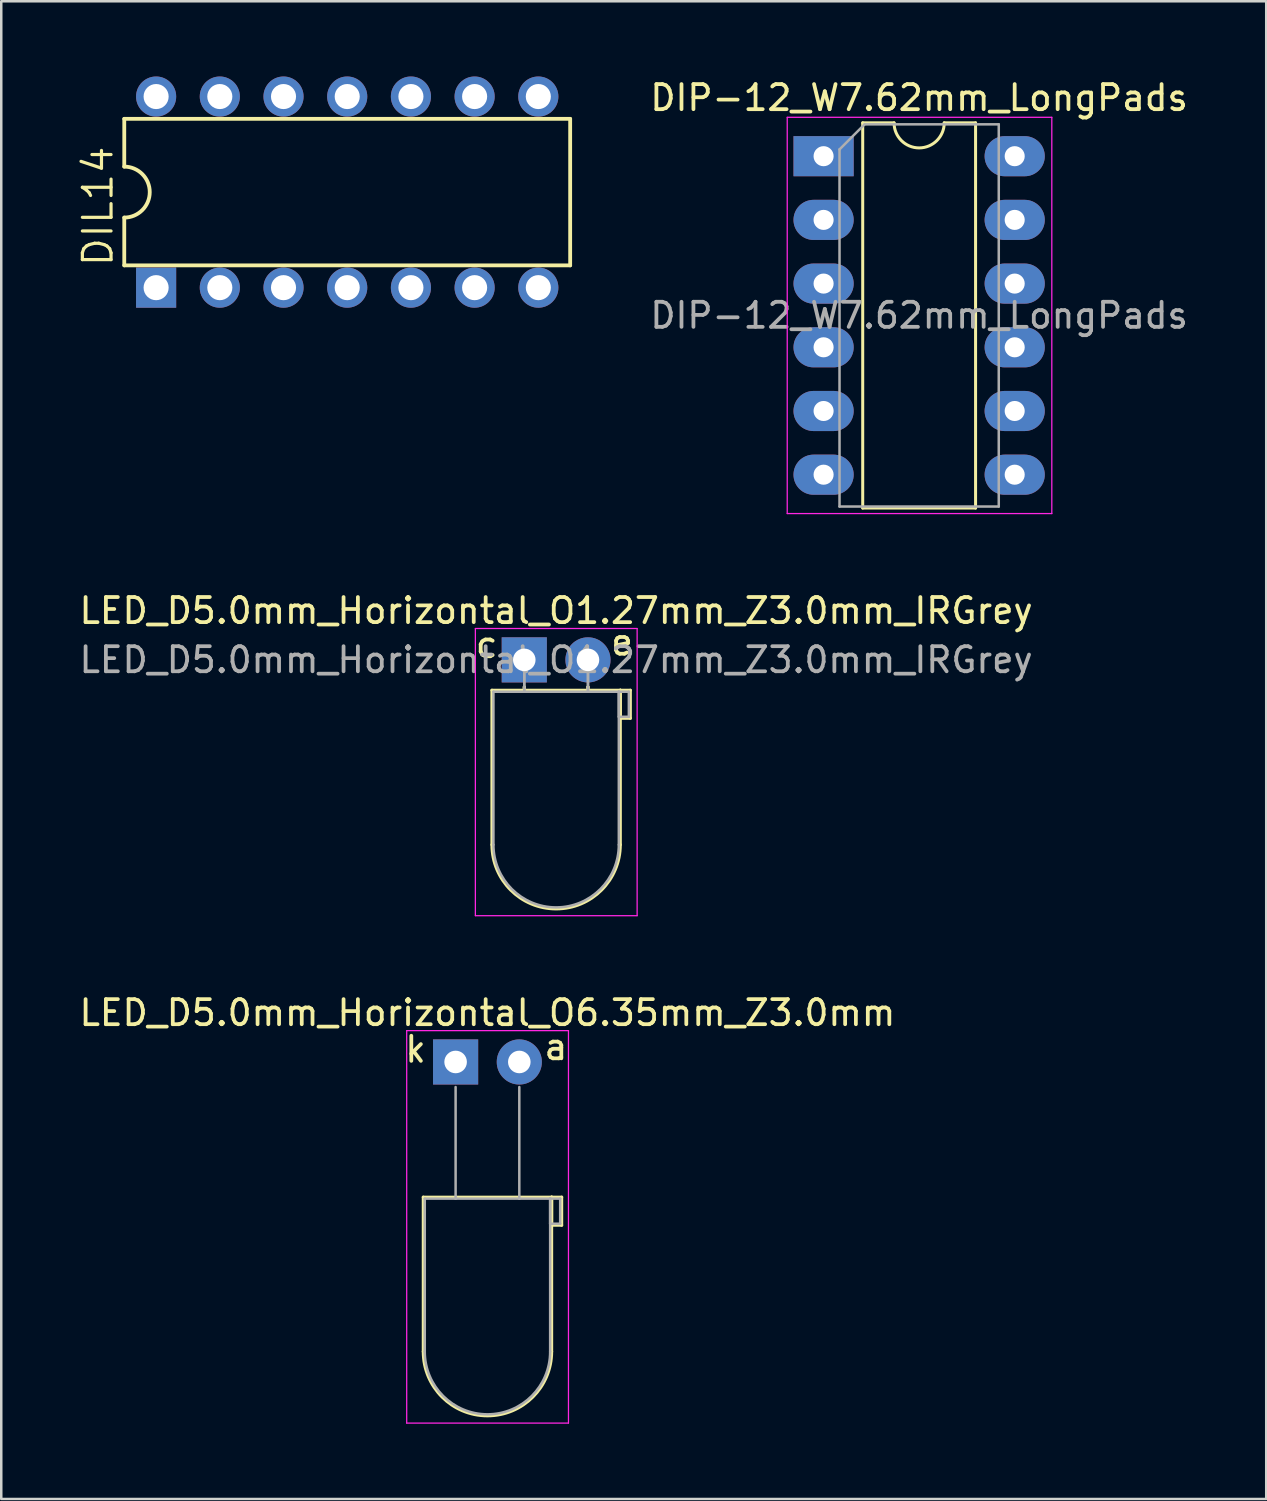
<source format=kicad_pcb>
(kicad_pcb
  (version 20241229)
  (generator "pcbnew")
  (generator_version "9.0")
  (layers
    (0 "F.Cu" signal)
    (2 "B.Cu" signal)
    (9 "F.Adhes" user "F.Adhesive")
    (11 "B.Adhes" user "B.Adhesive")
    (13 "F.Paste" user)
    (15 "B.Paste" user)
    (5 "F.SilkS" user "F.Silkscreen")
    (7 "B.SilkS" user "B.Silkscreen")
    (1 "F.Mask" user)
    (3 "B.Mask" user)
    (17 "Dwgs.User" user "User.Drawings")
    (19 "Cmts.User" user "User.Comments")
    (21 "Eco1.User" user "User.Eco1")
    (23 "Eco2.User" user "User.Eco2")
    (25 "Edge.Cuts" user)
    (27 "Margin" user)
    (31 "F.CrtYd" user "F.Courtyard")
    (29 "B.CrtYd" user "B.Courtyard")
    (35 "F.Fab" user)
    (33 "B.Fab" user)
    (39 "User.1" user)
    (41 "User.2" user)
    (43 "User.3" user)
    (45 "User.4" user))
  (footprint "LED_D5.0mm_Horizontal_O6.35mm_Z3.0mm"
    (layer "F.Cu")
    (at 15.117 39.295)
    (property "Reference" "LED_D5.0mm_Horizontal_O6.35mm_Z3.0mm" (at 1.27 -1.96 0) (layer "F.SilkS") (effects (font (size 1 1) (thickness 0.15))))
    (attr through_hole)
    (fp_line (start -1.29 5.39) (end -1.29 11.55) (stroke (width 0.12) (type solid)) (layer "F.SilkS"))
    (fp_line (start -1.29 5.39) (end 3.83 5.39) (stroke (width 0.12) (type solid)) (layer "F.SilkS"))
    (fp_line (start 0 5.39) (end 0 5.39) (stroke (width 0.12) (type solid)) (layer "F.SilkS"))
    (fp_line (start 2.54 5.39) (end 2.54 5.39) (stroke (width 0.12) (type solid)) (layer "F.SilkS"))
    (fp_line (start 3.83 5.39) (end 3.83 11.55) (stroke (width 0.12) (type solid)) (layer "F.SilkS"))
    (fp_line (start 3.83 5.39) (end 4.23 5.39) (stroke (width 0.12) (type solid)) (layer "F.SilkS"))
    (fp_line (start 3.83 6.51) (end 3.83 5.39) (stroke (width 0.12) (type solid)) (layer "F.SilkS"))
    (fp_line (start 4.23 5.39) (end 4.23 6.51) (stroke (width 0.12) (type solid)) (layer "F.SilkS"))
    (fp_line (start 4.23 6.51) (end 3.83 6.51) (stroke (width 0.12) (type solid)) (layer "F.SilkS"))
    (fp_arc (start 3.83 11.55) (mid 1.27 14.11) (end -1.29 11.55) (stroke (width 0.12) (type solid)) (layer "F.SilkS"))
    (fp_line (start -1.95 -1.25) (end -1.95 14.4) (stroke (width 0.05) (type solid)) (layer "F.CrtYd"))
    (fp_line (start -1.95 14.4) (end 4.5 14.4) (stroke (width 0.05) (type solid)) (layer "F.CrtYd"))
    (fp_line (start 4.5 -1.25) (end -1.95 -1.25) (stroke (width 0.05) (type solid)) (layer "F.CrtYd"))
    (fp_line (start 4.5 14.4) (end 4.5 -1.25) (stroke (width 0.05) (type solid)) (layer "F.CrtYd"))
    (fp_line (start -1.23 5.45) (end -1.23 11.55) (stroke (width 0.1) (type solid)) (layer "F.Fab"))
    (fp_line (start -1.23 5.45) (end 3.77 5.45) (stroke (width 0.1) (type solid)) (layer "F.Fab"))
    (fp_line (start 0 0) (end 0 0) (stroke (width 0.1) (type solid)) (layer "F.Fab"))
    (fp_line (start 0 5.45) (end 0 1) (stroke (width 0.1) (type solid)) (layer "F.Fab"))
    (fp_line (start 0 5.45) (end 0 5.45) (stroke (width 0.1) (type solid)) (layer "F.Fab"))
    (fp_line (start 2.54 0) (end 2.54 0) (stroke (width 0.1) (type solid)) (layer "F.Fab"))
    (fp_line (start 2.54 1) (end 2.54 5.45) (stroke (width 0.1) (type solid)) (layer "F.Fab"))
    (fp_line (start 2.54 5.45) (end 2.54 5.45) (stroke (width 0.1) (type solid)) (layer "F.Fab"))
    (fp_line (start 3.77 5.45) (end 3.77 11.55) (stroke (width 0.1) (type solid)) (layer "F.Fab"))
    (fp_line (start 3.77 5.45) (end 4.17 5.45) (stroke (width 0.1) (type solid)) (layer "F.Fab"))
    (fp_line (start 3.77 6.45) (end 3.77 5.45) (stroke (width 0.1) (type solid)) (layer "F.Fab"))
    (fp_line (start 4.17 5.45) (end 4.17 6.45) (stroke (width 0.1) (type solid)) (layer "F.Fab"))
    (fp_line (start 4.17 6.45) (end 3.77 6.45) (stroke (width 0.1) (type solid)) (layer "F.Fab"))
    (fp_arc (start 3.77 11.55) (mid 1.27 14.05) (end -1.23 11.55) (stroke (width 0.1) (type solid)) (layer "F.Fab"))
    (fp_text user "a" (at 4 -0.6 0) (unlocked yes) (layer "F.SilkS") (effects (font (size 1 1) (thickness 0.15))))
    (fp_text user "k" (at -1.6 -0.5 0) (unlocked yes) (layer "F.SilkS") (effects (font (size 1 1) (thickness 0.15))))
    (pad "1" thru_hole rect (at 0 0) (size 1.8 1.8) (drill 0.9) (layers "*.Cu" "*.Mask"))
    (pad "2" thru_hole circle (at 2.54 0) (size 1.8 1.8) (drill 0.9) (layers "*.Cu" "*.Mask")))
  (footprint "DIL14"
    (layer "F.Cu")
    (at 10.795 4.61)
    (property "Reference" "DIL14" (at -9.271 3.048 90) (layer "F.SilkS") (effects (font (size 1.143 1.143) (thickness 0.127)) (justify left bottom)))
    (fp_line (start -8.89 -2.921) (end -8.89 -1.016) (stroke (width 0.152) (type solid)) (layer "F.SilkS"))
    (fp_line (start -8.89 2.921) (end -8.89 1.016) (stroke (width 0.152) (type solid)) (layer "F.SilkS"))
    (fp_line (start -8.89 2.921) (end 8.89 2.921) (stroke (width 0.152) (type solid)) (layer "F.SilkS"))
    (fp_line (start 8.89 -2.921) (end -8.89 -2.921) (stroke (width 0.152) (type solid)) (layer "F.SilkS"))
    (fp_line (start 8.89 -2.921) (end 8.89 2.921) (stroke (width 0.152) (type solid)) (layer "F.SilkS"))
    (fp_arc (start -8.89 -1.016) (mid -7.874 0) (end -8.89 1.016) (stroke (width 0.1524) (type solid)) (layer "F.SilkS"))
    (pad "1" thru_hole rect (at -7.62 3.81 90) (size 1.6 1.6) (drill 1) (layers "*.Cu" "*.Mask"))
    (pad "2" thru_hole circle (at -5.08 3.81 90) (size 1.6 1.6) (drill 1) (layers "*.Cu" "*.Mask"))
    (pad "3" thru_hole circle (at -2.54 3.81 90) (size 1.6 1.6) (drill 1) (layers "*.Cu" "*.Mask"))
    (pad "4" thru_hole circle (at 0 3.81 90) (size 1.6 1.6) (drill 1) (layers "*.Cu" "*.Mask"))
    (pad "5" thru_hole circle (at 2.54 3.81 90) (size 1.6 1.6) (drill 1) (layers "*.Cu" "*.Mask"))
    (pad "6" thru_hole circle (at 5.08 3.81 90) (size 1.6 1.6) (drill 1) (layers "*.Cu" "*.Mask"))
    (pad "7" thru_hole circle (at 7.62 3.81 90) (size 1.6 1.6) (drill 1) (layers "*.Cu" "*.Mask"))
    (pad "8" thru_hole circle (at 7.62 -3.81 90) (size 1.6 1.6) (drill 1) (layers "*.Cu" "*.Mask"))
    (pad "9" thru_hole circle (at 5.08 -3.81 90) (size 1.6 1.6) (drill 1) (layers "*.Cu" "*.Mask"))
    (pad "10" thru_hole circle (at 2.54 -3.81 90) (size 1.6 1.6) (drill 1) (layers "*.Cu" "*.Mask"))
    (pad "11" thru_hole circle (at 0 -3.81 90) (size 1.6 1.6) (drill 1) (layers "*.Cu" "*.Mask"))
    (pad "12" thru_hole circle (at -2.54 -3.81 90) (size 1.6 1.6) (drill 1) (layers "*.Cu" "*.Mask"))
    (pad "13" thru_hole circle (at -5.08 -3.81 90) (size 1.6 1.6) (drill 1) (layers "*.Cu" "*.Mask"))
    (pad "14" thru_hole circle (at -7.62 -3.81 90) (size 1.6 1.6) (drill 1) (layers "*.Cu" "*.Mask")))
  (footprint "DIP-12_W7.62mm_LongPads"
    (layer "F.Cu")
    (at 29.79 3.178)
    (property "Reference" "DIP-12_W7.62mm_LongPads" (at 3.81 -2.33 0) (layer "F.SilkS") (effects (font (size 1 1) (thickness 0.15))))
    (attr through_hole)
    (fp_line (start 1.56 -1.33) (end 1.56 14.03) (stroke (width 0.12) (type solid)) (layer "F.SilkS"))
    (fp_line (start 1.56 14.03) (end 6.06 14.03) (stroke (width 0.12) (type solid)) (layer "F.SilkS"))
    (fp_line (start 2.81 -1.33) (end 1.56 -1.33) (stroke (width 0.12) (type solid)) (layer "F.SilkS"))
    (fp_line (start 6.06 -1.33) (end 4.81 -1.33) (stroke (width 0.12) (type solid)) (layer "F.SilkS"))
    (fp_line (start 6.06 14.03) (end 6.06 -1.33) (stroke (width 0.12) (type solid)) (layer "F.SilkS"))
    (fp_arc (start 4.81 -1.33) (mid 3.81 -0.33) (end 2.81 -1.33) (stroke (width 0.12) (type solid)) (layer "F.SilkS"))
    (fp_line (start -1.45 -1.55) (end -1.45 14.25) (stroke (width 0.05) (type solid)) (layer "F.CrtYd"))
    (fp_line (start -1.45 14.25) (end 9.1 14.25) (stroke (width 0.05) (type solid)) (layer "F.CrtYd"))
    (fp_line (start 9.1 -1.55) (end -1.45 -1.55) (stroke (width 0.05) (type solid)) (layer "F.CrtYd"))
    (fp_line (start 9.1 14.25) (end 9.1 -1.55) (stroke (width 0.05) (type solid)) (layer "F.CrtYd"))
    (fp_line (start 0.635 -0.27) (end 1.635 -1.27) (stroke (width 0.1) (type solid)) (layer "F.Fab"))
    (fp_line (start 0.635 13.97) (end 0.635 -0.27) (stroke (width 0.1) (type solid)) (layer "F.Fab"))
    (fp_line (start 1.635 -1.27) (end 6.985 -1.27) (stroke (width 0.1) (type solid)) (layer "F.Fab"))
    (fp_line (start 6.985 -1.27) (end 6.985 13.97) (stroke (width 0.1) (type solid)) (layer "F.Fab"))
    (fp_line (start 6.985 13.97) (end 0.635 13.97) (stroke (width 0.1) (type solid)) (layer "F.Fab"))
    (fp_text user "${REFERENCE}" (at 3.81 6.35 0) (layer "F.Fab") (effects (font (size 1 1) (thickness 0.15))))
    (pad "1" thru_hole rect (at 0 0) (size 2.4 1.6) (drill 0.8) (layers "*.Cu" "*.Mask"))
    (pad "2" thru_hole oval (at 0 2.54) (size 2.4 1.6) (drill 0.8) (layers "*.Cu" "*.Mask"))
    (pad "3" thru_hole oval (at 0 5.08) (size 2.4 1.6) (drill 0.8) (layers "*.Cu" "*.Mask"))
    (pad "4" thru_hole oval (at 0 7.62) (size 2.4 1.6) (drill 0.8) (layers "*.Cu" "*.Mask"))
    (pad "5" thru_hole oval (at 0 10.16) (size 2.4 1.6) (drill 0.8) (layers "*.Cu" "*.Mask"))
    (pad "6" thru_hole oval (at 0 12.7) (size 2.4 1.6) (drill 0.8) (layers "*.Cu" "*.Mask"))
    (pad "7" thru_hole oval (at 7.62 12.7) (size 2.4 1.6) (drill 0.8) (layers "*.Cu" "*.Mask"))
    (pad "8" thru_hole oval (at 7.62 10.16) (size 2.4 1.6) (drill 0.8) (layers "*.Cu" "*.Mask"))
    (pad "9" thru_hole oval (at 7.62 7.62) (size 2.4 1.6) (drill 0.8) (layers "*.Cu" "*.Mask"))
    (pad "10" thru_hole oval (at 7.62 5.08) (size 2.4 1.6) (drill 0.8) (layers "*.Cu" "*.Mask"))
    (pad "11" thru_hole oval (at 7.62 2.54) (size 2.4 1.6) (drill 0.8) (layers "*.Cu" "*.Mask"))
    (pad "12" thru_hole oval (at 7.62 0) (size 2.4 1.6) (drill 0.8) (layers "*.Cu" "*.Mask")))
  (footprint "LED_D5.0mm_Horizontal_O1.27mm_Z3.0mm_IRGrey"
    (layer "F.Cu")
    (at 17.855 23.262)
    (property "Reference" "LED_D5.0mm_Horizontal_O1.27mm_Z3.0mm_IRGrey" (at 1.27 -1.96 0) (layer "F.SilkS") (effects (font (size 1 1) (thickness 0.15))))
    (attr through_hole)
    (fp_line (start -1.29 1.21) (end -1.29 7.37) (stroke (width 0.12) (type solid)) (layer "F.SilkS"))
    (fp_line (start -1.29 1.21) (end 3.83 1.21) (stroke (width 0.12) (type solid)) (layer "F.SilkS"))
    (fp_line (start 0 1.08) (end 0 1.08) (stroke (width 0.12) (type solid)) (layer "F.SilkS"))
    (fp_line (start 0 1.08) (end 0 1.21) (stroke (width 0.12) (type solid)) (layer "F.SilkS"))
    (fp_line (start 0 1.21) (end 0 1.08) (stroke (width 0.12) (type solid)) (layer "F.SilkS"))
    (fp_line (start 0 1.21) (end 0 1.21) (stroke (width 0.12) (type solid)) (layer "F.SilkS"))
    (fp_line (start 2.54 1.08) (end 2.54 1.08) (stroke (width 0.12) (type solid)) (layer "F.SilkS"))
    (fp_line (start 2.54 1.08) (end 2.54 1.21) (stroke (width 0.12) (type solid)) (layer "F.SilkS"))
    (fp_line (start 2.54 1.21) (end 2.54 1.08) (stroke (width 0.12) (type solid)) (layer "F.SilkS"))
    (fp_line (start 2.54 1.21) (end 2.54 1.21) (stroke (width 0.12) (type solid)) (layer "F.SilkS"))
    (fp_line (start 3.83 1.21) (end 3.83 7.37) (stroke (width 0.12) (type solid)) (layer "F.SilkS"))
    (fp_line (start 3.83 1.21) (end 4.23 1.21) (stroke (width 0.12) (type solid)) (layer "F.SilkS"))
    (fp_line (start 3.83 2.33) (end 3.83 1.21) (stroke (width 0.12) (type solid)) (layer "F.SilkS"))
    (fp_line (start 4.23 1.21) (end 4.23 2.33) (stroke (width 0.12) (type solid)) (layer "F.SilkS"))
    (fp_line (start 4.23 2.33) (end 3.83 2.33) (stroke (width 0.12) (type solid)) (layer "F.SilkS"))
    (fp_arc (start 3.83 7.37) (mid 1.27 9.93) (end -1.29 7.37) (stroke (width 0.12) (type solid)) (layer "F.SilkS"))
    (fp_line (start -1.95 -1.25) (end -1.95 10.2) (stroke (width 0.05) (type solid)) (layer "F.CrtYd"))
    (fp_line (start -1.95 10.2) (end 4.5 10.2) (stroke (width 0.05) (type solid)) (layer "F.CrtYd"))
    (fp_line (start 4.5 -1.25) (end -1.95 -1.25) (stroke (width 0.05) (type solid)) (layer "F.CrtYd"))
    (fp_line (start 4.5 10.2) (end 4.5 -1.25) (stroke (width 0.05) (type solid)) (layer "F.CrtYd"))
    (fp_line (start -1.23 1.27) (end -1.23 7.37) (stroke (width 0.1) (type solid)) (layer "F.Fab"))
    (fp_line (start -1.23 1.27) (end 3.77 1.27) (stroke (width 0.1) (type solid)) (layer "F.Fab"))
    (fp_line (start 0 0) (end 0 0) (stroke (width 0.1) (type solid)) (layer "F.Fab"))
    (fp_line (start 0 0) (end 0 1.27) (stroke (width 0.1) (type solid)) (layer "F.Fab"))
    (fp_line (start 0 1.27) (end 0 0) (stroke (width 0.1) (type solid)) (layer "F.Fab"))
    (fp_line (start 0 1.27) (end 0 1.27) (stroke (width 0.1) (type solid)) (layer "F.Fab"))
    (fp_line (start 2.54 0) (end 2.54 0) (stroke (width 0.1) (type solid)) (layer "F.Fab"))
    (fp_line (start 2.54 0) (end 2.54 1.27) (stroke (width 0.1) (type solid)) (layer "F.Fab"))
    (fp_line (start 2.54 1.27) (end 2.54 0) (stroke (width 0.1) (type solid)) (layer "F.Fab"))
    (fp_line (start 2.54 1.27) (end 2.54 1.27) (stroke (width 0.1) (type solid)) (layer "F.Fab"))
    (fp_line (start 3.77 1.27) (end 3.77 7.37) (stroke (width 0.1) (type solid)) (layer "F.Fab"))
    (fp_line (start 3.77 1.27) (end 4.17 1.27) (stroke (width 0.1) (type solid)) (layer "F.Fab"))
    (fp_line (start 3.77 2.27) (end 3.77 1.27) (stroke (width 0.1) (type solid)) (layer "F.Fab"))
    (fp_line (start 4.17 1.27) (end 4.17 2.27) (stroke (width 0.1) (type solid)) (layer "F.Fab"))
    (fp_line (start 4.17 2.27) (end 3.77 2.27) (stroke (width 0.1) (type solid)) (layer "F.Fab"))
    (fp_arc (start 3.77 7.37) (mid 1.27 9.87) (end -1.23 7.37) (stroke (width 0.1) (type solid)) (layer "F.Fab"))
    (fp_text user "c" (at -1.5 -0.6 0) (unlocked yes) (layer "F.SilkS") (effects (font (size 1 1) (thickness 0.15))))
    (fp_text user "e" (at 3.9 -0.7 0) (unlocked yes) (layer "F.SilkS") (effects (font (size 1 1) (thickness 0.15))))
    (fp_text user "${REFERENCE}" (at 1.27 0 0) (layer "F.Fab") (effects (font (size 1 1) (thickness 0.15))))
    (pad "1" thru_hole rect (at 0 0) (size 1.8 1.8) (drill 0.9) (layers "*.Cu" "*.Mask"))
    (pad "2" thru_hole circle (at 2.54 0) (size 1.8 1.8) (drill 0.9) (layers "*.Cu" "*.Mask")))
  (gr_rect
    (start -3 -3)
    (end 47.44 56.72)
    (stroke (width 0.1) (type default))
    (fill no)
    (layer "Edge.Cuts")))
</source>
